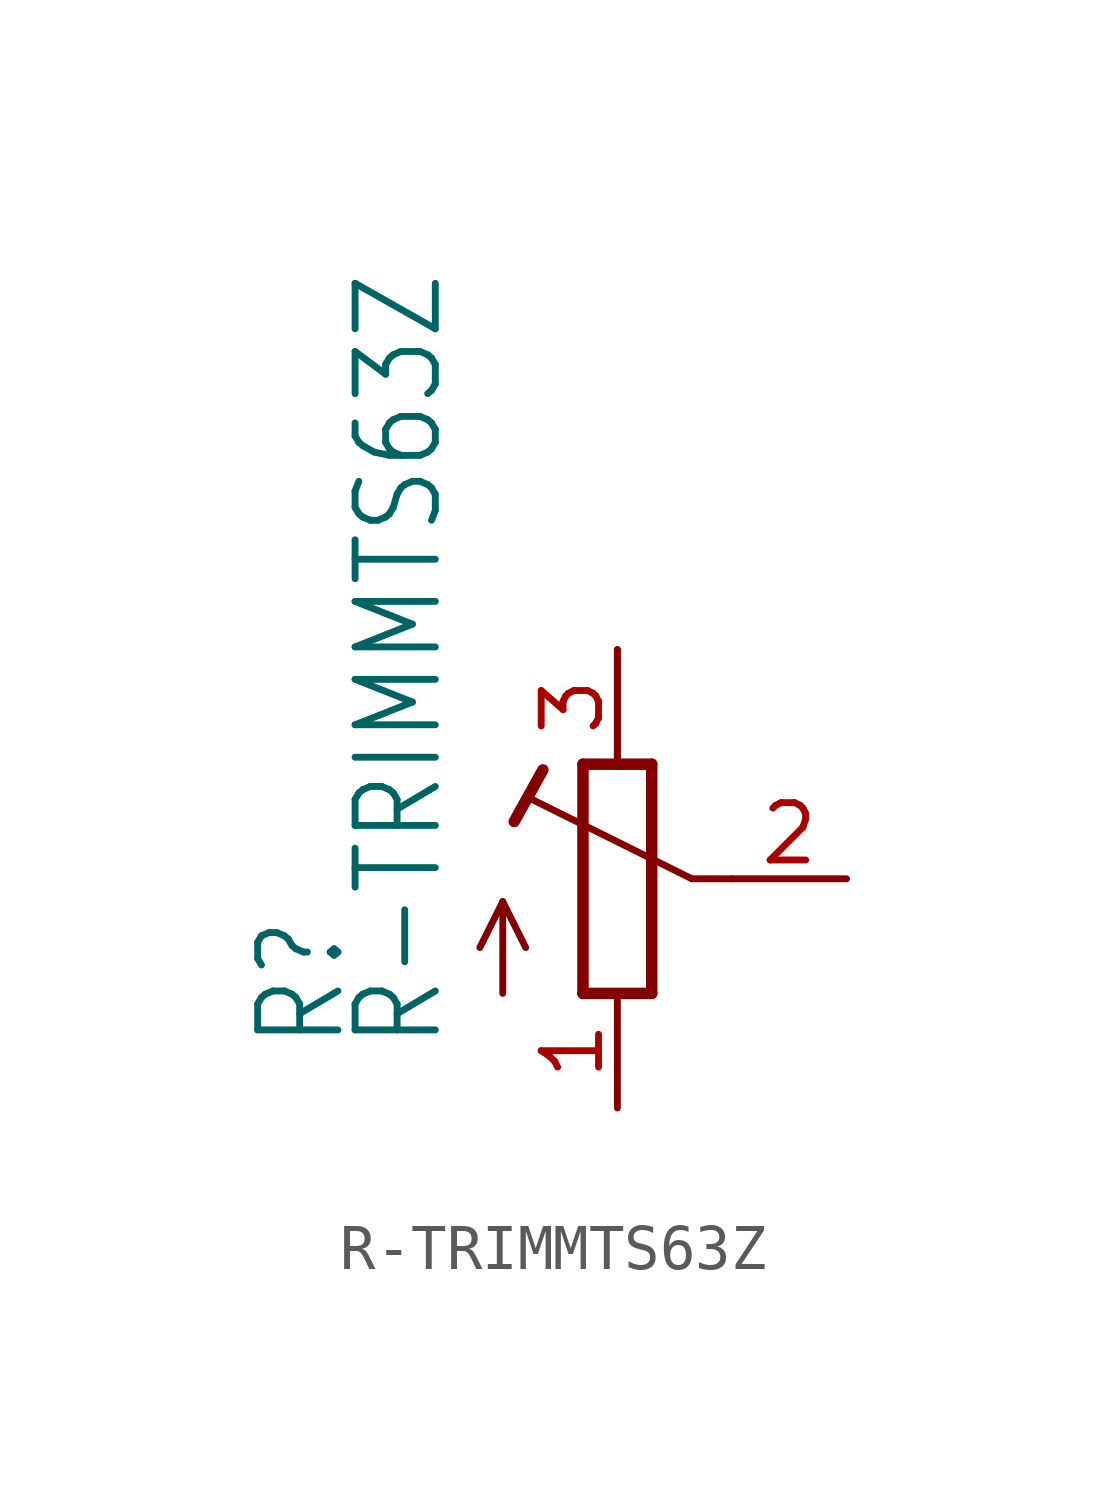
<source format=kicad_sym>
(kicad_symbol_lib
  (version 20220331)
  (generator kicad_symbol_editor)
  (symbol "R-TRIMMTS63Z"
    (property "Reference" "R"
      (at -5.969 -3.81 90)
      (effects (font (size 1.778 1.511)) (justify left bottom)))
    (property "Value" "R-TRIMMTS63Z"
      (at -3.81 -3.81 90)
      (effects (font (size 1.778 1.511)) (justify left bottom)))
    (property "ki_locked" ""
      (at 0 0 0)
      (effects (font (size 1.27 1.27))))
    (symbol "R-TRIMMTS63Z_1_0"
      (polyline (pts (xy -2.54 -2.54) (xy -2.54 -0.508)) (stroke (width 0.152) (type solid)) (fill (type none)))
      (polyline (pts (xy -2.54 -0.508) (xy -3.048 -1.524)) (stroke (width 0.152) (type solid)) (fill (type none)))
      (polyline (pts (xy -2.54 -0.508) (xy -2.032 -1.524)) (stroke (width 0.152) (type solid)) (fill (type none)))
      (polyline (pts (xy -2.286 1.27) (xy -1.651 2.413)) (stroke (width 0.254) (type solid)) (fill (type none)))
      (polyline (pts (xy -0.762 -2.54) (xy 0.762 -2.54)) (stroke (width 0.254) (type solid)) (fill (type none)))
      (polyline (pts (xy -0.762 2.54) (xy -0.762 -2.54)) (stroke (width 0.254) (type solid)) (fill (type none)))
      (polyline (pts (xy 0 2.54) (xy -0.762 2.54)) (stroke (width 0.254) (type solid)) (fill (type none)))
      (polyline (pts (xy 0 2.54) (xy 0 5.08)) (stroke (width 0.152) (type solid)) (fill (type none)))
      (polyline (pts (xy 0.762 -2.54) (xy 0.762 2.54)) (stroke (width 0.254) (type solid)) (fill (type none)))
      (polyline (pts (xy 0.762 2.54) (xy 0 2.54)) (stroke (width 0.254) (type solid)) (fill (type none)))
      (polyline (pts (xy 1.651 0) (xy -1.88 1.753)) (stroke (width 0.152) (type solid)) (fill (type none)))
      (polyline (pts (xy 2.54 0) (xy 1.651 0)) (stroke (width 0.152) (type solid)) (fill (type none)))
      (pin passive line (at 0 -5.08 90) (length 2.54) (name "E" (effects (font (size 0 0)))) (number "1" (effects (font (size 1.27 1.27)))))
      (pin passive line (at 5.08 0 180) (length 2.54) (name "S" (effects (font (size 0 0)))) (number "2" (effects (font (size 1.27 1.27)))))
      (pin passive line (at 0 5.08 270) (length 2.54) (name "A" (effects (font (size 0 0)))) (number "3" (effects (font (size 1.27 1.27))))))))
</source>
